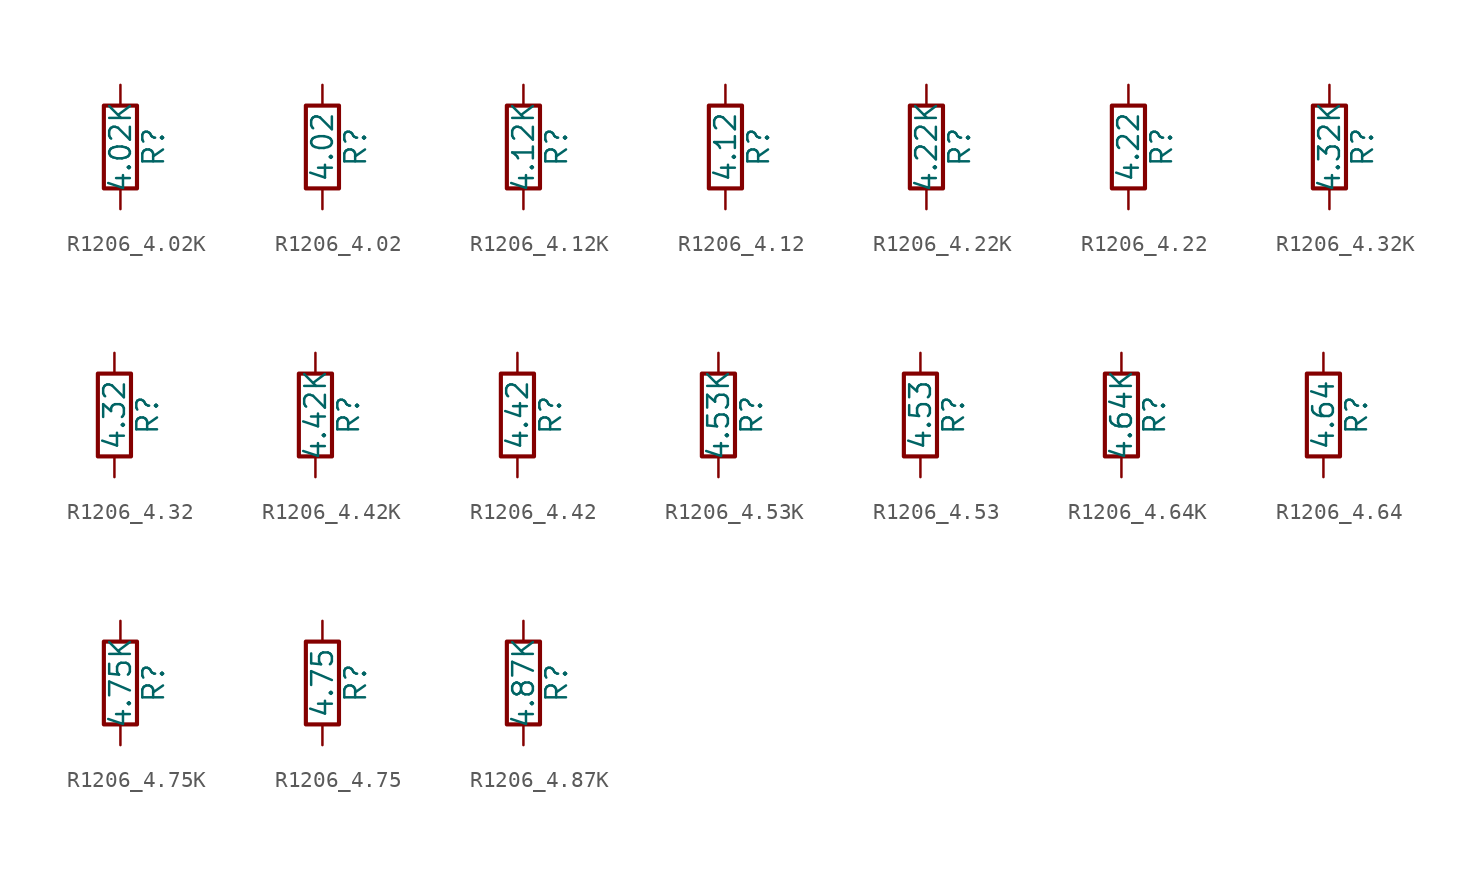
<source format=kicad_sym>
(kicad_symbol_lib
  (version 20211014)
  (generator atlantix-eda)
  (symbol "R1206_4.02K"
    (pin_numbers hide)
    (pin_names
      (offset 0))
    (property "Reference" "R"
      (at 2.032 0 90)
      (effects (font (size 1.27 1.27))))
    (property "Value" "4.02K"
      (at 0 0 90)
      (effects (font (size 1.27 1.27))))
    (symbol "R1206_4.02K_0_1"
      (rectangle (start -1.016 -2.54) (end 1.016 2.54) (stroke (width 0.254) (type default) (color 0 0 0 0)) (fill (type none))))
    (symbol "R1206_4.02K_1_1"
      (pin passive line (at 0 3.81 270) (length 1.27) (name "~" (effects (font (size 1.27 1.27)))) (number "1" (effects (font (size 1.27 1.27)))))
      (pin passive line (at 0 -3.81 90) (length 1.27) (name "~" (effects (font (size 1.27 1.27)))) (number "2" (effects (font (size 1.27 1.27)))))))
  (symbol "R1206_4.02"
    (pin_numbers hide)
    (pin_names
      (offset 0))
    (property "Reference" "R"
      (at 2.032 0 90)
      (effects (font (size 1.27 1.27))))
    (property "Value" "4.02"
      (at 0 0 90)
      (effects (font (size 1.27 1.27))))
    (symbol "R1206_4.02_0_1"
      (rectangle (start -1.016 -2.54) (end 1.016 2.54) (stroke (width 0.254) (type default) (color 0 0 0 0)) (fill (type none))))
    (symbol "R1206_4.02_1_1"
      (pin passive line (at 0 3.81 270) (length 1.27) (name "~" (effects (font (size 1.27 1.27)))) (number "1" (effects (font (size 1.27 1.27)))))
      (pin passive line (at 0 -3.81 90) (length 1.27) (name "~" (effects (font (size 1.27 1.27)))) (number "2" (effects (font (size 1.27 1.27)))))))
  (symbol "R1206_4.12K"
    (pin_numbers hide)
    (pin_names
      (offset 0))
    (property "Reference" "R"
      (at 2.032 0 90)
      (effects (font (size 1.27 1.27))))
    (property "Value" "4.12K"
      (at 0 0 90)
      (effects (font (size 1.27 1.27))))
    (symbol "R1206_4.12K_0_1"
      (rectangle (start -1.016 -2.54) (end 1.016 2.54) (stroke (width 0.254) (type default) (color 0 0 0 0)) (fill (type none))))
    (symbol "R1206_4.12K_1_1"
      (pin passive line (at 0 3.81 270) (length 1.27) (name "~" (effects (font (size 1.27 1.27)))) (number "1" (effects (font (size 1.27 1.27)))))
      (pin passive line (at 0 -3.81 90) (length 1.27) (name "~" (effects (font (size 1.27 1.27)))) (number "2" (effects (font (size 1.27 1.27)))))))
  (symbol "R1206_4.12"
    (pin_numbers hide)
    (pin_names
      (offset 0))
    (property "Reference" "R"
      (at 2.032 0 90)
      (effects (font (size 1.27 1.27))))
    (property "Value" "4.12"
      (at 0 0 90)
      (effects (font (size 1.27 1.27))))
    (symbol "R1206_4.12_0_1"
      (rectangle (start -1.016 -2.54) (end 1.016 2.54) (stroke (width 0.254) (type default) (color 0 0 0 0)) (fill (type none))))
    (symbol "R1206_4.12_1_1"
      (pin passive line (at 0 3.81 270) (length 1.27) (name "~" (effects (font (size 1.27 1.27)))) (number "1" (effects (font (size 1.27 1.27)))))
      (pin passive line (at 0 -3.81 90) (length 1.27) (name "~" (effects (font (size 1.27 1.27)))) (number "2" (effects (font (size 1.27 1.27)))))))
  (symbol "R1206_4.22K"
    (pin_numbers hide)
    (pin_names
      (offset 0))
    (property "Reference" "R"
      (at 2.032 0 90)
      (effects (font (size 1.27 1.27))))
    (property "Value" "4.22K"
      (at 0 0 90)
      (effects (font (size 1.27 1.27))))
    (symbol "R1206_4.22K_0_1"
      (rectangle (start -1.016 -2.54) (end 1.016 2.54) (stroke (width 0.254) (type default) (color 0 0 0 0)) (fill (type none))))
    (symbol "R1206_4.22K_1_1"
      (pin passive line (at 0 3.81 270) (length 1.27) (name "~" (effects (font (size 1.27 1.27)))) (number "1" (effects (font (size 1.27 1.27)))))
      (pin passive line (at 0 -3.81 90) (length 1.27) (name "~" (effects (font (size 1.27 1.27)))) (number "2" (effects (font (size 1.27 1.27)))))))
  (symbol "R1206_4.22"
    (pin_numbers hide)
    (pin_names
      (offset 0))
    (property "Reference" "R"
      (at 2.032 0 90)
      (effects (font (size 1.27 1.27))))
    (property "Value" "4.22"
      (at 0 0 90)
      (effects (font (size 1.27 1.27))))
    (symbol "R1206_4.22_0_1"
      (rectangle (start -1.016 -2.54) (end 1.016 2.54) (stroke (width 0.254) (type default) (color 0 0 0 0)) (fill (type none))))
    (symbol "R1206_4.22_1_1"
      (pin passive line (at 0 3.81 270) (length 1.27) (name "~" (effects (font (size 1.27 1.27)))) (number "1" (effects (font (size 1.27 1.27)))))
      (pin passive line (at 0 -3.81 90) (length 1.27) (name "~" (effects (font (size 1.27 1.27)))) (number "2" (effects (font (size 1.27 1.27)))))))
  (symbol "R1206_4.32K"
    (pin_numbers hide)
    (pin_names
      (offset 0))
    (property "Reference" "R"
      (at 2.032 0 90)
      (effects (font (size 1.27 1.27))))
    (property "Value" "4.32K"
      (at 0 0 90)
      (effects (font (size 1.27 1.27))))
    (symbol "R1206_4.32K_0_1"
      (rectangle (start -1.016 -2.54) (end 1.016 2.54) (stroke (width 0.254) (type default) (color 0 0 0 0)) (fill (type none))))
    (symbol "R1206_4.32K_1_1"
      (pin passive line (at 0 3.81 270) (length 1.27) (name "~" (effects (font (size 1.27 1.27)))) (number "1" (effects (font (size 1.27 1.27)))))
      (pin passive line (at 0 -3.81 90) (length 1.27) (name "~" (effects (font (size 1.27 1.27)))) (number "2" (effects (font (size 1.27 1.27)))))))
  (symbol "R1206_4.32"
    (pin_numbers hide)
    (pin_names
      (offset 0))
    (property "Reference" "R"
      (at 2.032 0 90)
      (effects (font (size 1.27 1.27))))
    (property "Value" "4.32"
      (at 0 0 90)
      (effects (font (size 1.27 1.27))))
    (symbol "R1206_4.32_0_1"
      (rectangle (start -1.016 -2.54) (end 1.016 2.54) (stroke (width 0.254) (type default) (color 0 0 0 0)) (fill (type none))))
    (symbol "R1206_4.32_1_1"
      (pin passive line (at 0 3.81 270) (length 1.27) (name "~" (effects (font (size 1.27 1.27)))) (number "1" (effects (font (size 1.27 1.27)))))
      (pin passive line (at 0 -3.81 90) (length 1.27) (name "~" (effects (font (size 1.27 1.27)))) (number "2" (effects (font (size 1.27 1.27)))))))
  (symbol "R1206_4.42K"
    (pin_numbers hide)
    (pin_names
      (offset 0))
    (property "Reference" "R"
      (at 2.032 0 90)
      (effects (font (size 1.27 1.27))))
    (property "Value" "4.42K"
      (at 0 0 90)
      (effects (font (size 1.27 1.27))))
    (symbol "R1206_4.42K_0_1"
      (rectangle (start -1.016 -2.54) (end 1.016 2.54) (stroke (width 0.254) (type default) (color 0 0 0 0)) (fill (type none))))
    (symbol "R1206_4.42K_1_1"
      (pin passive line (at 0 3.81 270) (length 1.27) (name "~" (effects (font (size 1.27 1.27)))) (number "1" (effects (font (size 1.27 1.27)))))
      (pin passive line (at 0 -3.81 90) (length 1.27) (name "~" (effects (font (size 1.27 1.27)))) (number "2" (effects (font (size 1.27 1.27)))))))
  (symbol "R1206_4.42"
    (pin_numbers hide)
    (pin_names
      (offset 0))
    (property "Reference" "R"
      (at 2.032 0 90)
      (effects (font (size 1.27 1.27))))
    (property "Value" "4.42"
      (at 0 0 90)
      (effects (font (size 1.27 1.27))))
    (symbol "R1206_4.42_0_1"
      (rectangle (start -1.016 -2.54) (end 1.016 2.54) (stroke (width 0.254) (type default) (color 0 0 0 0)) (fill (type none))))
    (symbol "R1206_4.42_1_1"
      (pin passive line (at 0 3.81 270) (length 1.27) (name "~" (effects (font (size 1.27 1.27)))) (number "1" (effects (font (size 1.27 1.27)))))
      (pin passive line (at 0 -3.81 90) (length 1.27) (name "~" (effects (font (size 1.27 1.27)))) (number "2" (effects (font (size 1.27 1.27)))))))
  (symbol "R1206_4.53K"
    (pin_numbers hide)
    (pin_names
      (offset 0))
    (property "Reference" "R"
      (at 2.032 0 90)
      (effects (font (size 1.27 1.27))))
    (property "Value" "4.53K"
      (at 0 0 90)
      (effects (font (size 1.27 1.27))))
    (symbol "R1206_4.53K_0_1"
      (rectangle (start -1.016 -2.54) (end 1.016 2.54) (stroke (width 0.254) (type default) (color 0 0 0 0)) (fill (type none))))
    (symbol "R1206_4.53K_1_1"
      (pin passive line (at 0 3.81 270) (length 1.27) (name "~" (effects (font (size 1.27 1.27)))) (number "1" (effects (font (size 1.27 1.27)))))
      (pin passive line (at 0 -3.81 90) (length 1.27) (name "~" (effects (font (size 1.27 1.27)))) (number "2" (effects (font (size 1.27 1.27)))))))
  (symbol "R1206_4.53"
    (pin_numbers hide)
    (pin_names
      (offset 0))
    (property "Reference" "R"
      (at 2.032 0 90)
      (effects (font (size 1.27 1.27))))
    (property "Value" "4.53"
      (at 0 0 90)
      (effects (font (size 1.27 1.27))))
    (symbol "R1206_4.53_0_1"
      (rectangle (start -1.016 -2.54) (end 1.016 2.54) (stroke (width 0.254) (type default) (color 0 0 0 0)) (fill (type none))))
    (symbol "R1206_4.53_1_1"
      (pin passive line (at 0 3.81 270) (length 1.27) (name "~" (effects (font (size 1.27 1.27)))) (number "1" (effects (font (size 1.27 1.27)))))
      (pin passive line (at 0 -3.81 90) (length 1.27) (name "~" (effects (font (size 1.27 1.27)))) (number "2" (effects (font (size 1.27 1.27)))))))
  (symbol "R1206_4.64K"
    (pin_numbers hide)
    (pin_names
      (offset 0))
    (property "Reference" "R"
      (at 2.032 0 90)
      (effects (font (size 1.27 1.27))))
    (property "Value" "4.64K"
      (at 0 0 90)
      (effects (font (size 1.27 1.27))))
    (symbol "R1206_4.64K_0_1"
      (rectangle (start -1.016 -2.54) (end 1.016 2.54) (stroke (width 0.254) (type default) (color 0 0 0 0)) (fill (type none))))
    (symbol "R1206_4.64K_1_1"
      (pin passive line (at 0 3.81 270) (length 1.27) (name "~" (effects (font (size 1.27 1.27)))) (number "1" (effects (font (size 1.27 1.27)))))
      (pin passive line (at 0 -3.81 90) (length 1.27) (name "~" (effects (font (size 1.27 1.27)))) (number "2" (effects (font (size 1.27 1.27)))))))
  (symbol "R1206_4.64"
    (pin_numbers hide)
    (pin_names
      (offset 0))
    (property "Reference" "R"
      (at 2.032 0 90)
      (effects (font (size 1.27 1.27))))
    (property "Value" "4.64"
      (at 0 0 90)
      (effects (font (size 1.27 1.27))))
    (symbol "R1206_4.64_0_1"
      (rectangle (start -1.016 -2.54) (end 1.016 2.54) (stroke (width 0.254) (type default) (color 0 0 0 0)) (fill (type none))))
    (symbol "R1206_4.64_1_1"
      (pin passive line (at 0 3.81 270) (length 1.27) (name "~" (effects (font (size 1.27 1.27)))) (number "1" (effects (font (size 1.27 1.27)))))
      (pin passive line (at 0 -3.81 90) (length 1.27) (name "~" (effects (font (size 1.27 1.27)))) (number "2" (effects (font (size 1.27 1.27)))))))
  (symbol "R1206_4.75K"
    (pin_numbers hide)
    (pin_names
      (offset 0))
    (property "Reference" "R"
      (at 2.032 0 90)
      (effects (font (size 1.27 1.27))))
    (property "Value" "4.75K"
      (at 0 0 90)
      (effects (font (size 1.27 1.27))))
    (symbol "R1206_4.75K_0_1"
      (rectangle (start -1.016 -2.54) (end 1.016 2.54) (stroke (width 0.254) (type default) (color 0 0 0 0)) (fill (type none))))
    (symbol "R1206_4.75K_1_1"
      (pin passive line (at 0 3.81 270) (length 1.27) (name "~" (effects (font (size 1.27 1.27)))) (number "1" (effects (font (size 1.27 1.27)))))
      (pin passive line (at 0 -3.81 90) (length 1.27) (name "~" (effects (font (size 1.27 1.27)))) (number "2" (effects (font (size 1.27 1.27)))))))
  (symbol "R1206_4.75"
    (pin_numbers hide)
    (pin_names
      (offset 0))
    (property "Reference" "R"
      (at 2.032 0 90)
      (effects (font (size 1.27 1.27))))
    (property "Value" "4.75"
      (at 0 0 90)
      (effects (font (size 1.27 1.27))))
    (symbol "R1206_4.75_0_1"
      (rectangle (start -1.016 -2.54) (end 1.016 2.54) (stroke (width 0.254) (type default) (color 0 0 0 0)) (fill (type none))))
    (symbol "R1206_4.75_1_1"
      (pin passive line (at 0 3.81 270) (length 1.27) (name "~" (effects (font (size 1.27 1.27)))) (number "1" (effects (font (size 1.27 1.27)))))
      (pin passive line (at 0 -3.81 90) (length 1.27) (name "~" (effects (font (size 1.27 1.27)))) (number "2" (effects (font (size 1.27 1.27)))))))
  (symbol "R1206_4.87K"
    (pin_numbers hide)
    (pin_names
      (offset 0))
    (property "Reference" "R"
      (at 2.032 0 90)
      (effects (font (size 1.27 1.27))))
    (property "Value" "4.87K"
      (at 0 0 90)
      (effects (font (size 1.27 1.27))))
    (symbol "R1206_4.87K_0_1"
      (rectangle (start -1.016 -2.54) (end 1.016 2.54) (stroke (width 0.254) (type default) (color 0 0 0 0)) (fill (type none))))
    (symbol "R1206_4.87K_1_1"
      (pin passive line (at 0 3.81 270) (length 1.27) (name "~" (effects (font (size 1.27 1.27)))) (number "1" (effects (font (size 1.27 1.27)))))
      (pin passive line (at 0 -3.81 90) (length 1.27) (name "~" (effects (font (size 1.27 1.27)))) (number "2" (effects (font (size 1.27 1.27))))))))
</source>
